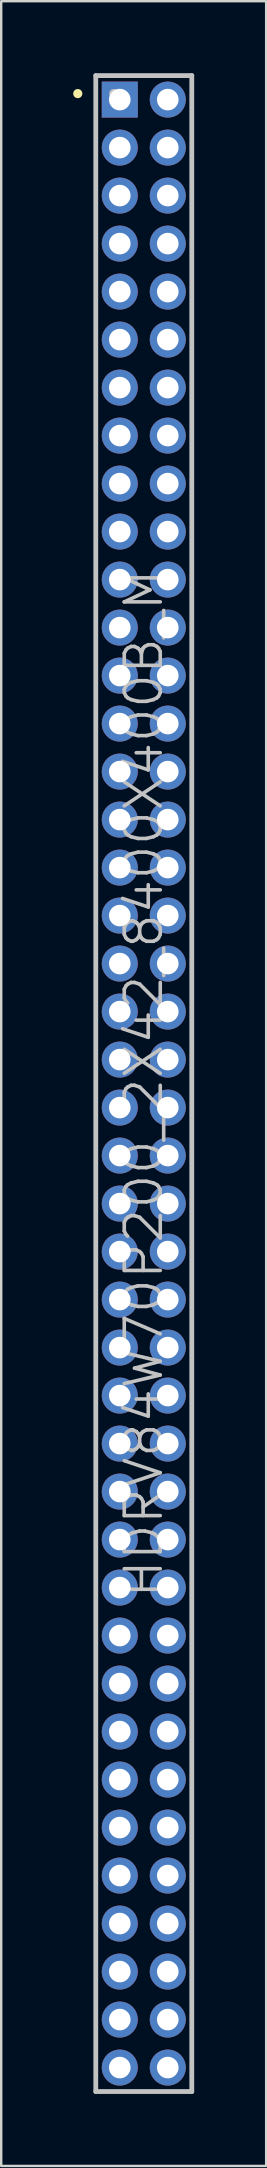
<source format=kicad_pcb>
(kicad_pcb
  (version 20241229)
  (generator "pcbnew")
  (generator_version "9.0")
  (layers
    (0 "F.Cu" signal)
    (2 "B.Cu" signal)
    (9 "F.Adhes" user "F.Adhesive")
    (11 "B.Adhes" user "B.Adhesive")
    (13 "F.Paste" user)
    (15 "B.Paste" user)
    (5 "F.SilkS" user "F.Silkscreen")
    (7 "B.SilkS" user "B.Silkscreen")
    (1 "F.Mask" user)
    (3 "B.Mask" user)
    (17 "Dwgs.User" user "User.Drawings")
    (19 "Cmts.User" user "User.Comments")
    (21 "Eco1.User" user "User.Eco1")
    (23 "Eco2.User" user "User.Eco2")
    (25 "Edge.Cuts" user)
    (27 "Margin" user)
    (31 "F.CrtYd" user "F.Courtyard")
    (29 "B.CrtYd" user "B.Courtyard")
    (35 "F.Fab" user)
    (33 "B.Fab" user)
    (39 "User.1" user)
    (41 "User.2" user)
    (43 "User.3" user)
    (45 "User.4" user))
  (footprint "HDRV84W70P200_2X42_8400X400B_M"
    (layer "F.Cu")
    (at 2.941 42.1)
    (property "Reference" "HDRV84W70P200_2X42_8400X400B_M" (at 0 0 90) (layer "Dwgs.User") (effects (font (size 1.5 1.5) (thickness 0.15))))
    (attr through_hole)
    (fp_line (start -2.75 -41.25) (end -2.75 -41.25) (stroke (width 0.381) (type solid)) (layer "F.SilkS"))
    (fp_line (start -2 -42) (end -2 42) (stroke (width 0.2) (type solid)) (layer "Dwgs.User"))
    (fp_line (start -2 -42) (end 2 -42) (stroke (width 0.2) (type solid)) (layer "Dwgs.User"))
    (fp_line (start -2 42) (end 2 42) (stroke (width 0.2) (type solid)) (layer "Dwgs.User"))
    (fp_line (start -1.25 -41.25) (end -1.25 -41.25) (stroke (width 0.381) (type solid)) (layer "Dwgs.User"))
    (fp_line (start 2 -42) (end 2 42) (stroke (width 0.2) (type solid)) (layer "Dwgs.User"))
    (pad "1" thru_hole rect (at -1 -41) (size 1.5 1.5) (drill 0.9) (layers "*.Cu" "*.Mask"))
    (pad "2" thru_hole circle (at 1 -41 270) (size 1.5 1.5) (drill 0.9) (layers "*.Cu" "*.Mask"))
    (pad "3" thru_hole circle (at -1 -39 270) (size 1.5 1.5) (drill 0.9) (layers "*.Cu" "*.Mask"))
    (pad "4" thru_hole circle (at 1 -39 270) (size 1.5 1.5) (drill 0.9) (layers "*.Cu" "*.Mask"))
    (pad "5" thru_hole circle (at -1 -37 270) (size 1.5 1.5) (drill 0.9) (layers "*.Cu" "*.Mask"))
    (pad "6" thru_hole circle (at 1 -37 270) (size 1.5 1.5) (drill 0.9) (layers "*.Cu" "*.Mask"))
    (pad "7" thru_hole circle (at -1 -35 270) (size 1.5 1.5) (drill 0.9) (layers "*.Cu" "*.Mask"))
    (pad "8" thru_hole circle (at 1 -35 270) (size 1.5 1.5) (drill 0.9) (layers "*.Cu" "*.Mask"))
    (pad "9" thru_hole circle (at -1 -33 270) (size 1.5 1.5) (drill 0.9) (layers "*.Cu" "*.Mask"))
    (pad "10" thru_hole circle (at 1 -33 270) (size 1.5 1.5) (drill 0.9) (layers "*.Cu" "*.Mask"))
    (pad "11" thru_hole circle (at -1 -31 270) (size 1.5 1.5) (drill 0.9) (layers "*.Cu" "*.Mask"))
    (pad "12" thru_hole circle (at 1 -31 270) (size 1.5 1.5) (drill 0.9) (layers "*.Cu" "*.Mask"))
    (pad "13" thru_hole circle (at -1 -29 270) (size 1.5 1.5) (drill 0.9) (layers "*.Cu" "*.Mask"))
    (pad "14" thru_hole circle (at 1 -29 270) (size 1.5 1.5) (drill 0.9) (layers "*.Cu" "*.Mask"))
    (pad "15" thru_hole circle (at -1 -27 270) (size 1.5 1.5) (drill 0.9) (layers "*.Cu" "*.Mask"))
    (pad "16" thru_hole circle (at 1 -27 270) (size 1.5 1.5) (drill 0.9) (layers "*.Cu" "*.Mask"))
    (pad "17" thru_hole circle (at -1 -25 270) (size 1.5 1.5) (drill 0.9) (layers "*.Cu" "*.Mask"))
    (pad "18" thru_hole circle (at 1 -25 270) (size 1.5 1.5) (drill 0.9) (layers "*.Cu" "*.Mask"))
    (pad "19" thru_hole circle (at -1 -23 270) (size 1.5 1.5) (drill 0.9) (layers "*.Cu" "*.Mask"))
    (pad "20" thru_hole circle (at 1 -23 270) (size 1.5 1.5) (drill 0.9) (layers "*.Cu" "*.Mask"))
    (pad "21" thru_hole circle (at -1 -21 270) (size 1.5 1.5) (drill 0.9) (layers "*.Cu" "*.Mask"))
    (pad "22" thru_hole circle (at 1 -21 270) (size 1.5 1.5) (drill 0.9) (layers "*.Cu" "*.Mask"))
    (pad "23" thru_hole circle (at -1 -19 270) (size 1.5 1.5) (drill 0.9) (layers "*.Cu" "*.Mask"))
    (pad "24" thru_hole circle (at 1 -19 270) (size 1.5 1.5) (drill 0.9) (layers "*.Cu" "*.Mask"))
    (pad "25" thru_hole circle (at -1 -17 270) (size 1.5 1.5) (drill 0.9) (layers "*.Cu" "*.Mask"))
    (pad "26" thru_hole circle (at 1 -17 270) (size 1.5 1.5) (drill 0.9) (layers "*.Cu" "*.Mask"))
    (pad "27" thru_hole circle (at -1 -15 270) (size 1.5 1.5) (drill 0.9) (layers "*.Cu" "*.Mask"))
    (pad "28" thru_hole circle (at 1 -15 270) (size 1.5 1.5) (drill 0.9) (layers "*.Cu" "*.Mask"))
    (pad "29" thru_hole circle (at -1 -13 270) (size 1.5 1.5) (drill 0.9) (layers "*.Cu" "*.Mask"))
    (pad "30" thru_hole circle (at 1 -13 270) (size 1.5 1.5) (drill 0.9) (layers "*.Cu" "*.Mask"))
    (pad "31" thru_hole circle (at -1 -11 270) (size 1.5 1.5) (drill 0.9) (layers "*.Cu" "*.Mask"))
    (pad "32" thru_hole circle (at 1 -11 270) (size 1.5 1.5) (drill 0.9) (layers "*.Cu" "*.Mask"))
    (pad "33" thru_hole circle (at -1 -9 270) (size 1.5 1.5) (drill 0.9) (layers "*.Cu" "*.Mask"))
    (pad "34" thru_hole circle (at 1 -9 270) (size 1.5 1.5) (drill 0.9) (layers "*.Cu" "*.Mask"))
    (pad "35" thru_hole circle (at -1 -7 270) (size 1.5 1.5) (drill 0.9) (layers "*.Cu" "*.Mask"))
    (pad "36" thru_hole circle (at 1 -7 270) (size 1.5 1.5) (drill 0.9) (layers "*.Cu" "*.Mask"))
    (pad "37" thru_hole circle (at -1 -5 270) (size 1.5 1.5) (drill 0.9) (layers "*.Cu" "*.Mask"))
    (pad "38" thru_hole circle (at 1 -5 270) (size 1.5 1.5) (drill 0.9) (layers "*.Cu" "*.Mask"))
    (pad "39" thru_hole circle (at -1 -3 270) (size 1.5 1.5) (drill 0.9) (layers "*.Cu" "*.Mask"))
    (pad "40" thru_hole circle (at 1 -3 270) (size 1.5 1.5) (drill 0.9) (layers "*.Cu" "*.Mask"))
    (pad "41" thru_hole circle (at -1 -1 270) (size 1.5 1.5) (drill 0.9) (layers "*.Cu" "*.Mask"))
    (pad "42" thru_hole circle (at 1 -1 270) (size 1.5 1.5) (drill 0.9) (layers "*.Cu" "*.Mask"))
    (pad "43" thru_hole circle (at -1 1 270) (size 1.5 1.5) (drill 0.9) (layers "*.Cu" "*.Mask"))
    (pad "44" thru_hole circle (at 1 1 270) (size 1.5 1.5) (drill 0.9) (layers "*.Cu" "*.Mask"))
    (pad "45" thru_hole circle (at -1 3 270) (size 1.5 1.5) (drill 0.9) (layers "*.Cu" "*.Mask"))
    (pad "46" thru_hole circle (at 1 3 270) (size 1.5 1.5) (drill 0.9) (layers "*.Cu" "*.Mask"))
    (pad "47" thru_hole circle (at -1 5 270) (size 1.5 1.5) (drill 0.9) (layers "*.Cu" "*.Mask"))
    (pad "48" thru_hole circle (at 1 5 270) (size 1.5 1.5) (drill 0.9) (layers "*.Cu" "*.Mask"))
    (pad "49" thru_hole circle (at -1 7 270) (size 1.5 1.5) (drill 0.9) (layers "*.Cu" "*.Mask"))
    (pad "50" thru_hole circle (at 1 7 270) (size 1.5 1.5) (drill 0.9) (layers "*.Cu" "*.Mask"))
    (pad "51" thru_hole circle (at -1 9 270) (size 1.5 1.5) (drill 0.9) (layers "*.Cu" "*.Mask"))
    (pad "52" thru_hole circle (at 1 9 270) (size 1.5 1.5) (drill 0.9) (layers "*.Cu" "*.Mask"))
    (pad "53" thru_hole circle (at -1 11 270) (size 1.5 1.5) (drill 0.9) (layers "*.Cu" "*.Mask"))
    (pad "54" thru_hole circle (at 1 11 270) (size 1.5 1.5) (drill 0.9) (layers "*.Cu" "*.Mask"))
    (pad "55" thru_hole circle (at -1 13 270) (size 1.5 1.5) (drill 0.9) (layers "*.Cu" "*.Mask"))
    (pad "56" thru_hole circle (at 1 13 270) (size 1.5 1.5) (drill 0.9) (layers "*.Cu" "*.Mask"))
    (pad "57" thru_hole circle (at -1 15 270) (size 1.5 1.5) (drill 0.9) (layers "*.Cu" "*.Mask"))
    (pad "58" thru_hole circle (at 1 15 270) (size 1.5 1.5) (drill 0.9) (layers "*.Cu" "*.Mask"))
    (pad "59" thru_hole circle (at -1 17 270) (size 1.5 1.5) (drill 0.9) (layers "*.Cu" "*.Mask"))
    (pad "60" thru_hole circle (at 1 17 270) (size 1.5 1.5) (drill 0.9) (layers "*.Cu" "*.Mask"))
    (pad "61" thru_hole circle (at -1 19 270) (size 1.5 1.5) (drill 0.9) (layers "*.Cu" "*.Mask"))
    (pad "62" thru_hole circle (at 1 19 270) (size 1.5 1.5) (drill 0.9) (layers "*.Cu" "*.Mask"))
    (pad "63" thru_hole circle (at -1 21 270) (size 1.5 1.5) (drill 0.9) (layers "*.Cu" "*.Mask"))
    (pad "64" thru_hole circle (at 1 21 270) (size 1.5 1.5) (drill 0.9) (layers "*.Cu" "*.Mask"))
    (pad "65" thru_hole circle (at -1 23 270) (size 1.5 1.5) (drill 0.9) (layers "*.Cu" "*.Mask"))
    (pad "66" thru_hole circle (at 1 23 270) (size 1.5 1.5) (drill 0.9) (layers "*.Cu" "*.Mask"))
    (pad "67" thru_hole circle (at -1 25 270) (size 1.5 1.5) (drill 0.9) (layers "*.Cu" "*.Mask"))
    (pad "68" thru_hole circle (at 1 25 270) (size 1.5 1.5) (drill 0.9) (layers "*.Cu" "*.Mask"))
    (pad "69" thru_hole circle (at -1 27 270) (size 1.5 1.5) (drill 0.9) (layers "*.Cu" "*.Mask"))
    (pad "70" thru_hole circle (at 1 27 270) (size 1.5 1.5) (drill 0.9) (layers "*.Cu" "*.Mask"))
    (pad "71" thru_hole circle (at -1 29 270) (size 1.5 1.5) (drill 0.9) (layers "*.Cu" "*.Mask"))
    (pad "72" thru_hole circle (at 1 29 270) (size 1.5 1.5) (drill 0.9) (layers "*.Cu" "*.Mask"))
    (pad "73" thru_hole circle (at -1 31 270) (size 1.5 1.5) (drill 0.9) (layers "*.Cu" "*.Mask"))
    (pad "74" thru_hole circle (at 1 31 270) (size 1.5 1.5) (drill 0.9) (layers "*.Cu" "*.Mask"))
    (pad "75" thru_hole circle (at -1 33 270) (size 1.5 1.5) (drill 0.9) (layers "*.Cu" "*.Mask"))
    (pad "76" thru_hole circle (at 1 33 270) (size 1.5 1.5) (drill 0.9) (layers "*.Cu" "*.Mask"))
    (pad "77" thru_hole circle (at -1 35 270) (size 1.5 1.5) (drill 0.9) (layers "*.Cu" "*.Mask"))
    (pad "78" thru_hole circle (at 1 35 270) (size 1.5 1.5) (drill 0.9) (layers "*.Cu" "*.Mask"))
    (pad "79" thru_hole circle (at -1 37 270) (size 1.5 1.5) (drill 0.9) (layers "*.Cu" "*.Mask"))
    (pad "80" thru_hole circle (at 1 37 270) (size 1.5 1.5) (drill 0.9) (layers "*.Cu" "*.Mask"))
    (pad "81" thru_hole circle (at -1 39 270) (size 1.5 1.5) (drill 0.9) (layers "*.Cu" "*.Mask"))
    (pad "82" thru_hole circle (at 1 39 270) (size 1.5 1.5) (drill 0.9) (layers "*.Cu" "*.Mask"))
    (pad "83" thru_hole circle (at -1 41 270) (size 1.5 1.5) (drill 0.9) (layers "*.Cu" "*.Mask"))
    (pad "84" thru_hole circle (at 1 41 270) (size 1.5 1.5) (drill 0.9) (layers "*.Cu" "*.Mask")))
  (gr_rect
    (start -3 -3)
    (end 8.04 87.2)
    (stroke (width 0.1) (type default))
    (fill no)
    (layer "Edge.Cuts")))
</source>
